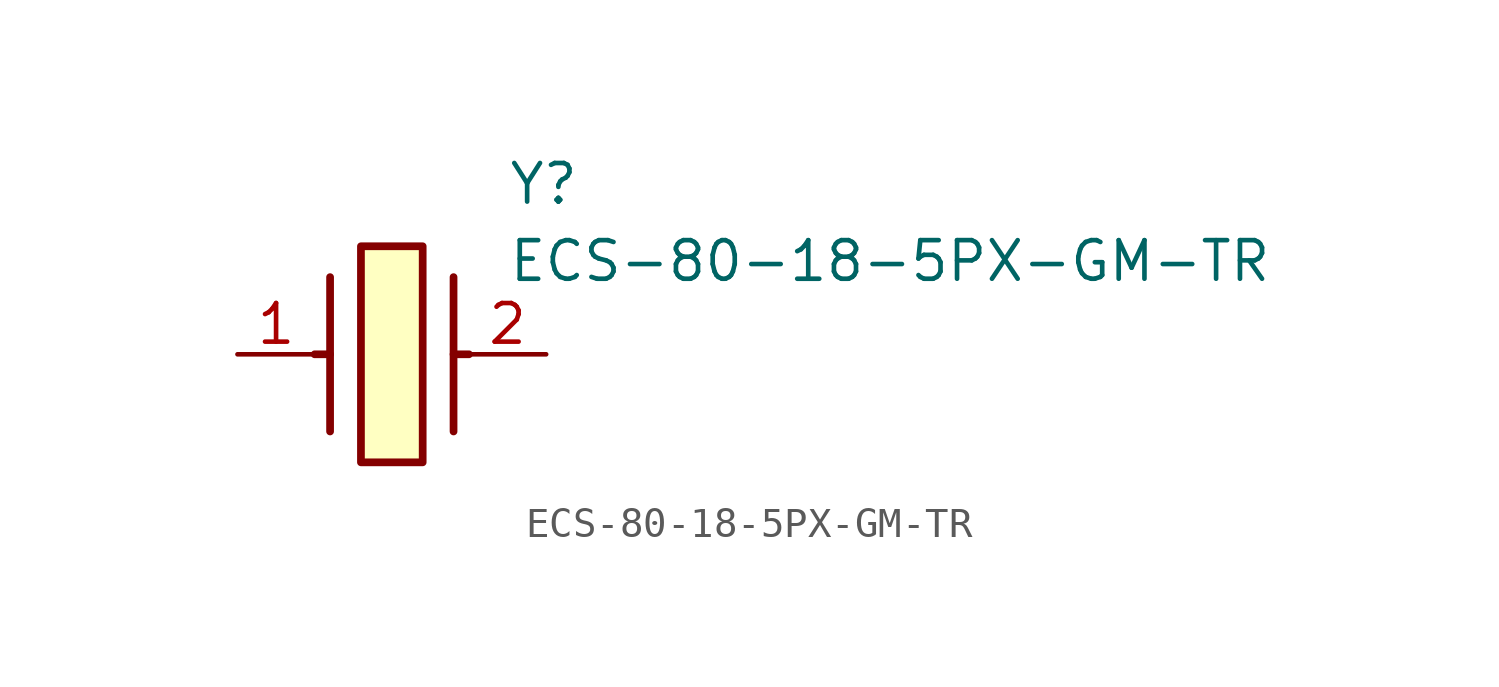
<source format=kicad_sym>
(kicad_symbol_lib
  (version 20211014)
  (generator SamacSys_ECAD_Model)
  (symbol "ECS-80-18-5PX-GM-TR"
    (pin_names hide)
    (property "Reference" "Y"
      (at 8.89 6.35 0)
      (effects (font (size 1.27 1.27)) (justify left top)))
    (property "Value" "ECS-80-18-5PX-GM-TR"
      (at 8.89 3.81 0)
      (effects (font (size 1.27 1.27)) (justify left top)))
    (rectangle
      (start 4.064 3.556)
      (end 6.096 -3.556)
      (stroke (width 0.254) (type default))
      (fill (type background)))
    (polyline
      (pts (xy 3.048 2.54) (xy 3.048 -2.54))
      (stroke (width 0.254) (type default))
      (fill (type none)))
    (polyline
      (pts (xy 7.112 2.54) (xy 7.112 -2.54))
      (stroke (width 0.254) (type default))
      (fill (type none)))
    (polyline
      (pts (xy 7.112 0) (xy 7.62 0))
      (stroke (width 0.254) (type default))
      (fill (type none)))
    (polyline
      (pts (xy 3.048 0) (xy 2.54 0))
      (stroke (width 0.254) (type default))
      (fill (type none)))
    (pin passive line
      (at 0 0 0)
      (length 2.54)
      (name "1" (effects (font (size 1.27 1.27))))
      (number "1" (effects (font (size 1.27 1.27)))))
    (pin passive line
      (at 10.16 0 180)
      (length 2.54)
      (name "2" (effects (font (size 1.27 1.27))))
      (number "2" (effects (font (size 1.27 1.27)))))))
</source>
